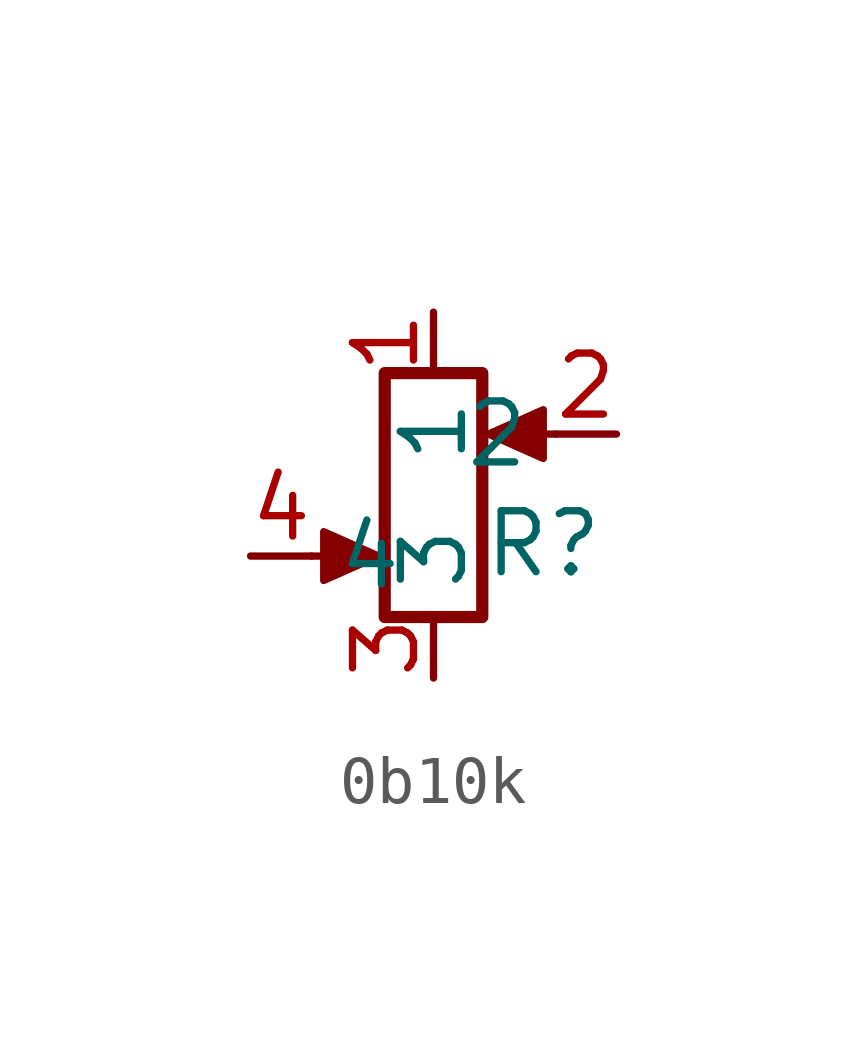
<source format=kicad_sym>
(kicad_symbol_lib
  (version 20241209)
  (generator "kicad_symbol_editor")
  (generator_version "9.0")
  (symbol "0b10k"
    (property "Reference" "R"
      (at 4.826 -6.096 0)
      (effects (font (size 1.27 1.27))))
    (property "Value" ""
      (at 0 0 0)
      (effects (font (size 1.27 1.27))))
    (symbol "0b10k_0_1"
      (polyline (pts (xy 0 -6.35) (xy 1.016 -6.35)) (stroke (width 0) (type default)) (fill (type none)))
      (polyline (pts (xy 1.397 -6.35) (xy 0.254 -6.858) (xy 0.254 -5.842) (xy 1.397 -6.35)) (stroke (width 0) (type default)) (fill (type outline)))
      (rectangle (start 3.556 -2.54) (end 1.524 -7.62) (stroke (width 0.254) (type default)) (fill (type none)))
      (polyline (pts (xy 3.683 -3.81) (xy 4.826 -3.302) (xy 4.826 -4.318) (xy 3.683 -3.81)) (stroke (width 0) (type default)) (fill (type outline)))
      (polyline (pts (xy 5.08 -3.81) (xy 4.064 -3.81)) (stroke (width 0) (type default)) (fill (type none))))
    (symbol "0b10k_1_1"
      (pin passive line (at -1.27 -6.35 0) (length 1.27) (name "4" (effects (font (size 1.27 1.27)))) (number "4" (effects (font (size 1.27 1.27)))))
      (pin passive line (at 2.54 -1.27 270) (length 1.27) (name "1" (effects (font (size 1.27 1.27)))) (number "1" (effects (font (size 1.27 1.27)))))
      (pin passive line (at 2.54 -8.89 90) (length 1.27) (name "3" (effects (font (size 1.27 1.27)))) (number "3" (effects (font (size 1.27 1.27)))))
      (pin passive line (at 6.35 -3.81 180) (length 1.27) (name "2" (effects (font (size 1.27 1.27)))) (number "2" (effects (font (size 1.27 1.27))))))))
</source>
